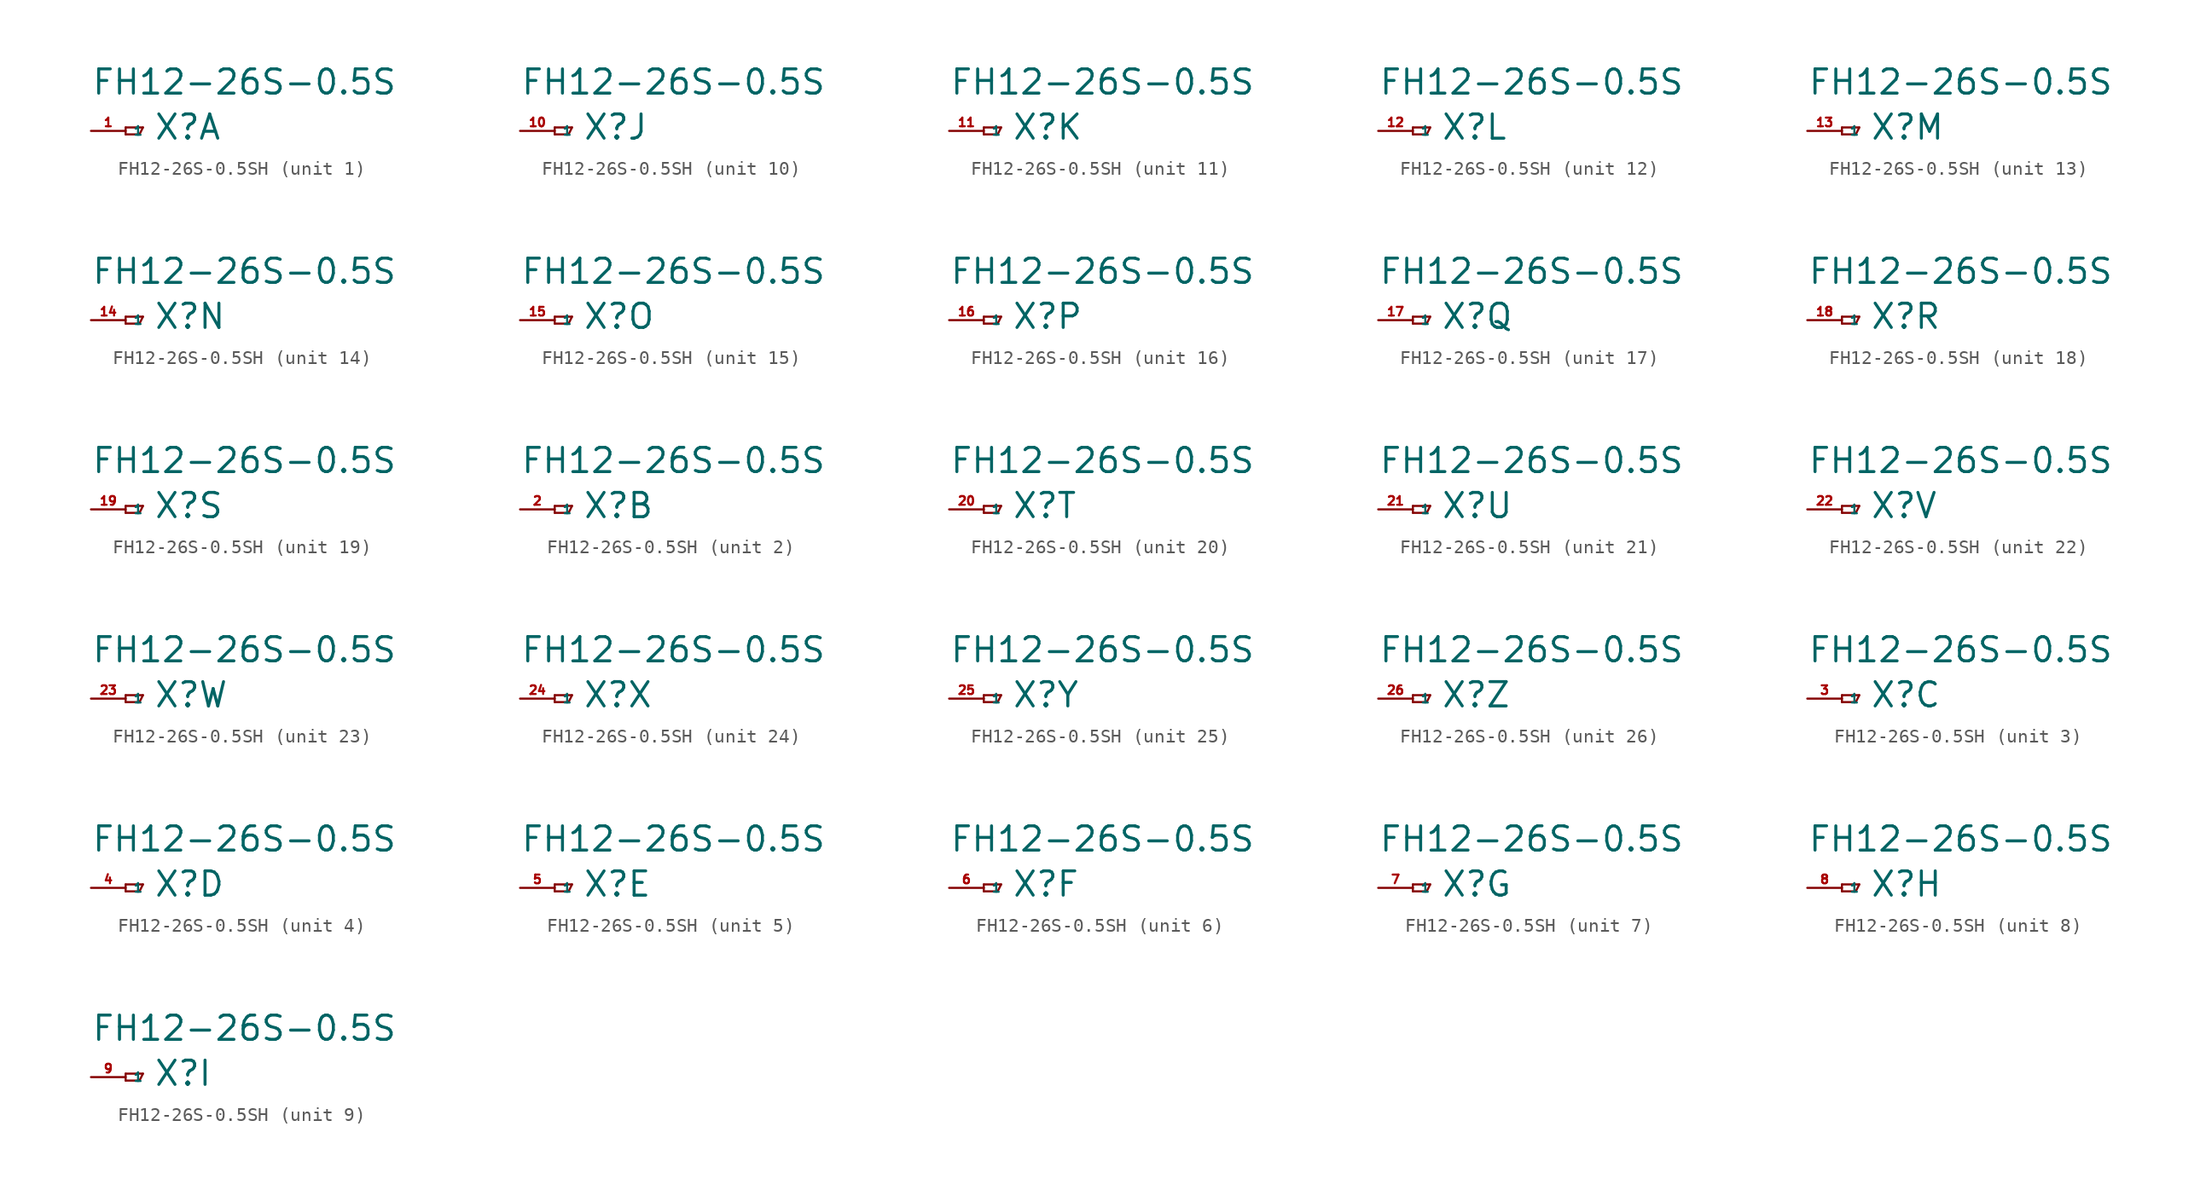
<source format=kicad_sym>
(kicad_symbol_lib
  (version 20220914)
  (generator Eagle2Kicad)
  (symbol "FH12-26S-0.5SH"
    (property "Reference" "X"
      (at 2.032 -0.762 0)
      (effects (font (size 1.778 1.778) (thickness 0.22)) (justify left bottom)))
    (property "Value" "FH12-26S-0.5S"
      (at -2.54 2.54 0)
      (effects (font (size 1.778 1.778) (thickness 0.22)) (justify left bottom)))
    (symbol "FH12-26S-0.5SH_1_0"
      (polyline (pts (xy 0 0.254) (xy 0 -0.254)) (stroke (width 0.152) (type default)) (fill (type none)))
      (polyline (pts (xy 0 -0.254) (xy 1.016 -0.254)) (stroke (width 0.152) (type default)) (fill (type none)))
      (polyline (pts (xy 1.016 -0.254) (xy 1.27 0.254)) (stroke (width 0.152) (type default)) (fill (type none)))
      (polyline (pts (xy 1.27 0.254) (xy 0 0.254)) (stroke (width 0.152) (type default)) (fill (type none)))
      (pin passive line (at -2.54 0 0) (length 2.54) (name "1" (effects (font (size 0.635 0.635) (thickness 0.08)) (justify left bottom))) (number "1" (effects (font (size 0.635 0.635) (thickness 0.08)) (justify left bottom)))))
    (symbol "FH12-26S-0.5SH_2_0"
      (polyline (pts (xy 0 0.254) (xy 0 -0.254)) (stroke (width 0.152) (type default)) (fill (type none)))
      (polyline (pts (xy 0 -0.254) (xy 1.016 -0.254)) (stroke (width 0.152) (type default)) (fill (type none)))
      (polyline (pts (xy 1.016 -0.254) (xy 1.27 0.254)) (stroke (width 0.152) (type default)) (fill (type none)))
      (polyline (pts (xy 1.27 0.254) (xy 0 0.254)) (stroke (width 0.152) (type default)) (fill (type none)))
      (pin passive line (at -2.54 0 0) (length 2.54) (name "1" (effects (font (size 0.635 0.635) (thickness 0.08)) (justify left bottom))) (number "2" (effects (font (size 0.635 0.635) (thickness 0.08)) (justify left bottom)))))
    (symbol "FH12-26S-0.5SH_3_0"
      (polyline (pts (xy 0 0.254) (xy 0 -0.254)) (stroke (width 0.152) (type default)) (fill (type none)))
      (polyline (pts (xy 0 -0.254) (xy 1.016 -0.254)) (stroke (width 0.152) (type default)) (fill (type none)))
      (polyline (pts (xy 1.016 -0.254) (xy 1.27 0.254)) (stroke (width 0.152) (type default)) (fill (type none)))
      (polyline (pts (xy 1.27 0.254) (xy 0 0.254)) (stroke (width 0.152) (type default)) (fill (type none)))
      (pin passive line (at -2.54 0 0) (length 2.54) (name "1" (effects (font (size 0.635 0.635) (thickness 0.08)) (justify left bottom))) (number "3" (effects (font (size 0.635 0.635) (thickness 0.08)) (justify left bottom)))))
    (symbol "FH12-26S-0.5SH_4_0"
      (polyline (pts (xy 0 0.254) (xy 0 -0.254)) (stroke (width 0.152) (type default)) (fill (type none)))
      (polyline (pts (xy 0 -0.254) (xy 1.016 -0.254)) (stroke (width 0.152) (type default)) (fill (type none)))
      (polyline (pts (xy 1.016 -0.254) (xy 1.27 0.254)) (stroke (width 0.152) (type default)) (fill (type none)))
      (polyline (pts (xy 1.27 0.254) (xy 0 0.254)) (stroke (width 0.152) (type default)) (fill (type none)))
      (pin passive line (at -2.54 0 0) (length 2.54) (name "1" (effects (font (size 0.635 0.635) (thickness 0.08)) (justify left bottom))) (number "4" (effects (font (size 0.635 0.635) (thickness 0.08)) (justify left bottom)))))
    (symbol "FH12-26S-0.5SH_5_0"
      (polyline (pts (xy 0 0.254) (xy 0 -0.254)) (stroke (width 0.152) (type default)) (fill (type none)))
      (polyline (pts (xy 0 -0.254) (xy 1.016 -0.254)) (stroke (width 0.152) (type default)) (fill (type none)))
      (polyline (pts (xy 1.016 -0.254) (xy 1.27 0.254)) (stroke (width 0.152) (type default)) (fill (type none)))
      (polyline (pts (xy 1.27 0.254) (xy 0 0.254)) (stroke (width 0.152) (type default)) (fill (type none)))
      (pin passive line (at -2.54 0 0) (length 2.54) (name "1" (effects (font (size 0.635 0.635) (thickness 0.08)) (justify left bottom))) (number "5" (effects (font (size 0.635 0.635) (thickness 0.08)) (justify left bottom)))))
    (symbol "FH12-26S-0.5SH_6_0"
      (polyline (pts (xy 0 0.254) (xy 0 -0.254)) (stroke (width 0.152) (type default)) (fill (type none)))
      (polyline (pts (xy 0 -0.254) (xy 1.016 -0.254)) (stroke (width 0.152) (type default)) (fill (type none)))
      (polyline (pts (xy 1.016 -0.254) (xy 1.27 0.254)) (stroke (width 0.152) (type default)) (fill (type none)))
      (polyline (pts (xy 1.27 0.254) (xy 0 0.254)) (stroke (width 0.152) (type default)) (fill (type none)))
      (pin passive line (at -2.54 0 0) (length 2.54) (name "1" (effects (font (size 0.635 0.635) (thickness 0.08)) (justify left bottom))) (number "6" (effects (font (size 0.635 0.635) (thickness 0.08)) (justify left bottom)))))
    (symbol "FH12-26S-0.5SH_7_0"
      (polyline (pts (xy 0 0.254) (xy 0 -0.254)) (stroke (width 0.152) (type default)) (fill (type none)))
      (polyline (pts (xy 0 -0.254) (xy 1.016 -0.254)) (stroke (width 0.152) (type default)) (fill (type none)))
      (polyline (pts (xy 1.016 -0.254) (xy 1.27 0.254)) (stroke (width 0.152) (type default)) (fill (type none)))
      (polyline (pts (xy 1.27 0.254) (xy 0 0.254)) (stroke (width 0.152) (type default)) (fill (type none)))
      (pin passive line (at -2.54 0 0) (length 2.54) (name "1" (effects (font (size 0.635 0.635) (thickness 0.08)) (justify left bottom))) (number "7" (effects (font (size 0.635 0.635) (thickness 0.08)) (justify left bottom)))))
    (symbol "FH12-26S-0.5SH_8_0"
      (polyline (pts (xy 0 0.254) (xy 0 -0.254)) (stroke (width 0.152) (type default)) (fill (type none)))
      (polyline (pts (xy 0 -0.254) (xy 1.016 -0.254)) (stroke (width 0.152) (type default)) (fill (type none)))
      (polyline (pts (xy 1.016 -0.254) (xy 1.27 0.254)) (stroke (width 0.152) (type default)) (fill (type none)))
      (polyline (pts (xy 1.27 0.254) (xy 0 0.254)) (stroke (width 0.152) (type default)) (fill (type none)))
      (pin passive line (at -2.54 0 0) (length 2.54) (name "1" (effects (font (size 0.635 0.635) (thickness 0.08)) (justify left bottom))) (number "8" (effects (font (size 0.635 0.635) (thickness 0.08)) (justify left bottom)))))
    (symbol "FH12-26S-0.5SH_9_0"
      (polyline (pts (xy 0 0.254) (xy 0 -0.254)) (stroke (width 0.152) (type default)) (fill (type none)))
      (polyline (pts (xy 0 -0.254) (xy 1.016 -0.254)) (stroke (width 0.152) (type default)) (fill (type none)))
      (polyline (pts (xy 1.016 -0.254) (xy 1.27 0.254)) (stroke (width 0.152) (type default)) (fill (type none)))
      (polyline (pts (xy 1.27 0.254) (xy 0 0.254)) (stroke (width 0.152) (type default)) (fill (type none)))
      (pin passive line (at -2.54 0 0) (length 2.54) (name "1" (effects (font (size 0.635 0.635) (thickness 0.08)) (justify left bottom))) (number "9" (effects (font (size 0.635 0.635) (thickness 0.08)) (justify left bottom)))))
    (symbol "FH12-26S-0.5SH_10_0"
      (polyline (pts (xy 0 0.254) (xy 0 -0.254)) (stroke (width 0.152) (type default)) (fill (type none)))
      (polyline (pts (xy 0 -0.254) (xy 1.016 -0.254)) (stroke (width 0.152) (type default)) (fill (type none)))
      (polyline (pts (xy 1.016 -0.254) (xy 1.27 0.254)) (stroke (width 0.152) (type default)) (fill (type none)))
      (polyline (pts (xy 1.27 0.254) (xy 0 0.254)) (stroke (width 0.152) (type default)) (fill (type none)))
      (pin passive line (at -2.54 0 0) (length 2.54) (name "1" (effects (font (size 0.635 0.635) (thickness 0.08)) (justify left bottom))) (number "10" (effects (font (size 0.635 0.635) (thickness 0.08)) (justify left bottom)))))
    (symbol "FH12-26S-0.5SH_11_0"
      (polyline (pts (xy 0 0.254) (xy 0 -0.254)) (stroke (width 0.152) (type default)) (fill (type none)))
      (polyline (pts (xy 0 -0.254) (xy 1.016 -0.254)) (stroke (width 0.152) (type default)) (fill (type none)))
      (polyline (pts (xy 1.016 -0.254) (xy 1.27 0.254)) (stroke (width 0.152) (type default)) (fill (type none)))
      (polyline (pts (xy 1.27 0.254) (xy 0 0.254)) (stroke (width 0.152) (type default)) (fill (type none)))
      (pin passive line (at -2.54 0 0) (length 2.54) (name "1" (effects (font (size 0.635 0.635) (thickness 0.08)) (justify left bottom))) (number "11" (effects (font (size 0.635 0.635) (thickness 0.08)) (justify left bottom)))))
    (symbol "FH12-26S-0.5SH_12_0"
      (polyline (pts (xy 0 0.254) (xy 0 -0.254)) (stroke (width 0.152) (type default)) (fill (type none)))
      (polyline (pts (xy 0 -0.254) (xy 1.016 -0.254)) (stroke (width 0.152) (type default)) (fill (type none)))
      (polyline (pts (xy 1.016 -0.254) (xy 1.27 0.254)) (stroke (width 0.152) (type default)) (fill (type none)))
      (polyline (pts (xy 1.27 0.254) (xy 0 0.254)) (stroke (width 0.152) (type default)) (fill (type none)))
      (pin passive line (at -2.54 0 0) (length 2.54) (name "1" (effects (font (size 0.635 0.635) (thickness 0.08)) (justify left bottom))) (number "12" (effects (font (size 0.635 0.635) (thickness 0.08)) (justify left bottom)))))
    (symbol "FH12-26S-0.5SH_13_0"
      (polyline (pts (xy 0 0.254) (xy 0 -0.254)) (stroke (width 0.152) (type default)) (fill (type none)))
      (polyline (pts (xy 0 -0.254) (xy 1.016 -0.254)) (stroke (width 0.152) (type default)) (fill (type none)))
      (polyline (pts (xy 1.016 -0.254) (xy 1.27 0.254)) (stroke (width 0.152) (type default)) (fill (type none)))
      (polyline (pts (xy 1.27 0.254) (xy 0 0.254)) (stroke (width 0.152) (type default)) (fill (type none)))
      (pin passive line (at -2.54 0 0) (length 2.54) (name "1" (effects (font (size 0.635 0.635) (thickness 0.08)) (justify left bottom))) (number "13" (effects (font (size 0.635 0.635) (thickness 0.08)) (justify left bottom)))))
    (symbol "FH12-26S-0.5SH_14_0"
      (polyline (pts (xy 0 0.254) (xy 0 -0.254)) (stroke (width 0.152) (type default)) (fill (type none)))
      (polyline (pts (xy 0 -0.254) (xy 1.016 -0.254)) (stroke (width 0.152) (type default)) (fill (type none)))
      (polyline (pts (xy 1.016 -0.254) (xy 1.27 0.254)) (stroke (width 0.152) (type default)) (fill (type none)))
      (polyline (pts (xy 1.27 0.254) (xy 0 0.254)) (stroke (width 0.152) (type default)) (fill (type none)))
      (pin passive line (at -2.54 0 0) (length 2.54) (name "1" (effects (font (size 0.635 0.635) (thickness 0.08)) (justify left bottom))) (number "14" (effects (font (size 0.635 0.635) (thickness 0.08)) (justify left bottom)))))
    (symbol "FH12-26S-0.5SH_15_0"
      (polyline (pts (xy 0 0.254) (xy 0 -0.254)) (stroke (width 0.152) (type default)) (fill (type none)))
      (polyline (pts (xy 0 -0.254) (xy 1.016 -0.254)) (stroke (width 0.152) (type default)) (fill (type none)))
      (polyline (pts (xy 1.016 -0.254) (xy 1.27 0.254)) (stroke (width 0.152) (type default)) (fill (type none)))
      (polyline (pts (xy 1.27 0.254) (xy 0 0.254)) (stroke (width 0.152) (type default)) (fill (type none)))
      (pin passive line (at -2.54 0 0) (length 2.54) (name "1" (effects (font (size 0.635 0.635) (thickness 0.08)) (justify left bottom))) (number "15" (effects (font (size 0.635 0.635) (thickness 0.08)) (justify left bottom)))))
    (symbol "FH12-26S-0.5SH_16_0"
      (polyline (pts (xy 0 0.254) (xy 0 -0.254)) (stroke (width 0.152) (type default)) (fill (type none)))
      (polyline (pts (xy 0 -0.254) (xy 1.016 -0.254)) (stroke (width 0.152) (type default)) (fill (type none)))
      (polyline (pts (xy 1.016 -0.254) (xy 1.27 0.254)) (stroke (width 0.152) (type default)) (fill (type none)))
      (polyline (pts (xy 1.27 0.254) (xy 0 0.254)) (stroke (width 0.152) (type default)) (fill (type none)))
      (pin passive line (at -2.54 0 0) (length 2.54) (name "1" (effects (font (size 0.635 0.635) (thickness 0.08)) (justify left bottom))) (number "16" (effects (font (size 0.635 0.635) (thickness 0.08)) (justify left bottom)))))
    (symbol "FH12-26S-0.5SH_17_0"
      (polyline (pts (xy 0 0.254) (xy 0 -0.254)) (stroke (width 0.152) (type default)) (fill (type none)))
      (polyline (pts (xy 0 -0.254) (xy 1.016 -0.254)) (stroke (width 0.152) (type default)) (fill (type none)))
      (polyline (pts (xy 1.016 -0.254) (xy 1.27 0.254)) (stroke (width 0.152) (type default)) (fill (type none)))
      (polyline (pts (xy 1.27 0.254) (xy 0 0.254)) (stroke (width 0.152) (type default)) (fill (type none)))
      (pin passive line (at -2.54 0 0) (length 2.54) (name "1" (effects (font (size 0.635 0.635) (thickness 0.08)) (justify left bottom))) (number "17" (effects (font (size 0.635 0.635) (thickness 0.08)) (justify left bottom)))))
    (symbol "FH12-26S-0.5SH_18_0"
      (polyline (pts (xy 0 0.254) (xy 0 -0.254)) (stroke (width 0.152) (type default)) (fill (type none)))
      (polyline (pts (xy 0 -0.254) (xy 1.016 -0.254)) (stroke (width 0.152) (type default)) (fill (type none)))
      (polyline (pts (xy 1.016 -0.254) (xy 1.27 0.254)) (stroke (width 0.152) (type default)) (fill (type none)))
      (polyline (pts (xy 1.27 0.254) (xy 0 0.254)) (stroke (width 0.152) (type default)) (fill (type none)))
      (pin passive line (at -2.54 0 0) (length 2.54) (name "1" (effects (font (size 0.635 0.635) (thickness 0.08)) (justify left bottom))) (number "18" (effects (font (size 0.635 0.635) (thickness 0.08)) (justify left bottom)))))
    (symbol "FH12-26S-0.5SH_19_0"
      (polyline (pts (xy 0 0.254) (xy 0 -0.254)) (stroke (width 0.152) (type default)) (fill (type none)))
      (polyline (pts (xy 0 -0.254) (xy 1.016 -0.254)) (stroke (width 0.152) (type default)) (fill (type none)))
      (polyline (pts (xy 1.016 -0.254) (xy 1.27 0.254)) (stroke (width 0.152) (type default)) (fill (type none)))
      (polyline (pts (xy 1.27 0.254) (xy 0 0.254)) (stroke (width 0.152) (type default)) (fill (type none)))
      (pin passive line (at -2.54 0 0) (length 2.54) (name "1" (effects (font (size 0.635 0.635) (thickness 0.08)) (justify left bottom))) (number "19" (effects (font (size 0.635 0.635) (thickness 0.08)) (justify left bottom)))))
    (symbol "FH12-26S-0.5SH_20_0"
      (polyline (pts (xy 0 0.254) (xy 0 -0.254)) (stroke (width 0.152) (type default)) (fill (type none)))
      (polyline (pts (xy 0 -0.254) (xy 1.016 -0.254)) (stroke (width 0.152) (type default)) (fill (type none)))
      (polyline (pts (xy 1.016 -0.254) (xy 1.27 0.254)) (stroke (width 0.152) (type default)) (fill (type none)))
      (polyline (pts (xy 1.27 0.254) (xy 0 0.254)) (stroke (width 0.152) (type default)) (fill (type none)))
      (pin passive line (at -2.54 0 0) (length 2.54) (name "1" (effects (font (size 0.635 0.635) (thickness 0.08)) (justify left bottom))) (number "20" (effects (font (size 0.635 0.635) (thickness 0.08)) (justify left bottom)))))
    (symbol "FH12-26S-0.5SH_21_0"
      (polyline (pts (xy 0 0.254) (xy 0 -0.254)) (stroke (width 0.152) (type default)) (fill (type none)))
      (polyline (pts (xy 0 -0.254) (xy 1.016 -0.254)) (stroke (width 0.152) (type default)) (fill (type none)))
      (polyline (pts (xy 1.016 -0.254) (xy 1.27 0.254)) (stroke (width 0.152) (type default)) (fill (type none)))
      (polyline (pts (xy 1.27 0.254) (xy 0 0.254)) (stroke (width 0.152) (type default)) (fill (type none)))
      (pin passive line (at -2.54 0 0) (length 2.54) (name "1" (effects (font (size 0.635 0.635) (thickness 0.08)) (justify left bottom))) (number "21" (effects (font (size 0.635 0.635) (thickness 0.08)) (justify left bottom)))))
    (symbol "FH12-26S-0.5SH_22_0"
      (polyline (pts (xy 0 0.254) (xy 0 -0.254)) (stroke (width 0.152) (type default)) (fill (type none)))
      (polyline (pts (xy 0 -0.254) (xy 1.016 -0.254)) (stroke (width 0.152) (type default)) (fill (type none)))
      (polyline (pts (xy 1.016 -0.254) (xy 1.27 0.254)) (stroke (width 0.152) (type default)) (fill (type none)))
      (polyline (pts (xy 1.27 0.254) (xy 0 0.254)) (stroke (width 0.152) (type default)) (fill (type none)))
      (pin passive line (at -2.54 0 0) (length 2.54) (name "1" (effects (font (size 0.635 0.635) (thickness 0.08)) (justify left bottom))) (number "22" (effects (font (size 0.635 0.635) (thickness 0.08)) (justify left bottom)))))
    (symbol "FH12-26S-0.5SH_23_0"
      (polyline (pts (xy 0 0.254) (xy 0 -0.254)) (stroke (width 0.152) (type default)) (fill (type none)))
      (polyline (pts (xy 0 -0.254) (xy 1.016 -0.254)) (stroke (width 0.152) (type default)) (fill (type none)))
      (polyline (pts (xy 1.016 -0.254) (xy 1.27 0.254)) (stroke (width 0.152) (type default)) (fill (type none)))
      (polyline (pts (xy 1.27 0.254) (xy 0 0.254)) (stroke (width 0.152) (type default)) (fill (type none)))
      (pin passive line (at -2.54 0 0) (length 2.54) (name "1" (effects (font (size 0.635 0.635) (thickness 0.08)) (justify left bottom))) (number "23" (effects (font (size 0.635 0.635) (thickness 0.08)) (justify left bottom)))))
    (symbol "FH12-26S-0.5SH_24_0"
      (polyline (pts (xy 0 0.254) (xy 0 -0.254)) (stroke (width 0.152) (type default)) (fill (type none)))
      (polyline (pts (xy 0 -0.254) (xy 1.016 -0.254)) (stroke (width 0.152) (type default)) (fill (type none)))
      (polyline (pts (xy 1.016 -0.254) (xy 1.27 0.254)) (stroke (width 0.152) (type default)) (fill (type none)))
      (polyline (pts (xy 1.27 0.254) (xy 0 0.254)) (stroke (width 0.152) (type default)) (fill (type none)))
      (pin passive line (at -2.54 0 0) (length 2.54) (name "1" (effects (font (size 0.635 0.635) (thickness 0.08)) (justify left bottom))) (number "24" (effects (font (size 0.635 0.635) (thickness 0.08)) (justify left bottom)))))
    (symbol "FH12-26S-0.5SH_25_0"
      (polyline (pts (xy 0 0.254) (xy 0 -0.254)) (stroke (width 0.152) (type default)) (fill (type none)))
      (polyline (pts (xy 0 -0.254) (xy 1.016 -0.254)) (stroke (width 0.152) (type default)) (fill (type none)))
      (polyline (pts (xy 1.016 -0.254) (xy 1.27 0.254)) (stroke (width 0.152) (type default)) (fill (type none)))
      (polyline (pts (xy 1.27 0.254) (xy 0 0.254)) (stroke (width 0.152) (type default)) (fill (type none)))
      (pin passive line (at -2.54 0 0) (length 2.54) (name "1" (effects (font (size 0.635 0.635) (thickness 0.08)) (justify left bottom))) (number "25" (effects (font (size 0.635 0.635) (thickness 0.08)) (justify left bottom)))))
    (symbol "FH12-26S-0.5SH_26_0"
      (polyline (pts (xy 0 0.254) (xy 0 -0.254)) (stroke (width 0.152) (type default)) (fill (type none)))
      (polyline (pts (xy 0 -0.254) (xy 1.016 -0.254)) (stroke (width 0.152) (type default)) (fill (type none)))
      (polyline (pts (xy 1.016 -0.254) (xy 1.27 0.254)) (stroke (width 0.152) (type default)) (fill (type none)))
      (polyline (pts (xy 1.27 0.254) (xy 0 0.254)) (stroke (width 0.152) (type default)) (fill (type none)))
      (pin passive line (at -2.54 0 0) (length 2.54) (name "1" (effects (font (size 0.635 0.635) (thickness 0.08)) (justify left bottom))) (number "26" (effects (font (size 0.635 0.635) (thickness 0.08)) (justify left bottom)))))))
</source>
